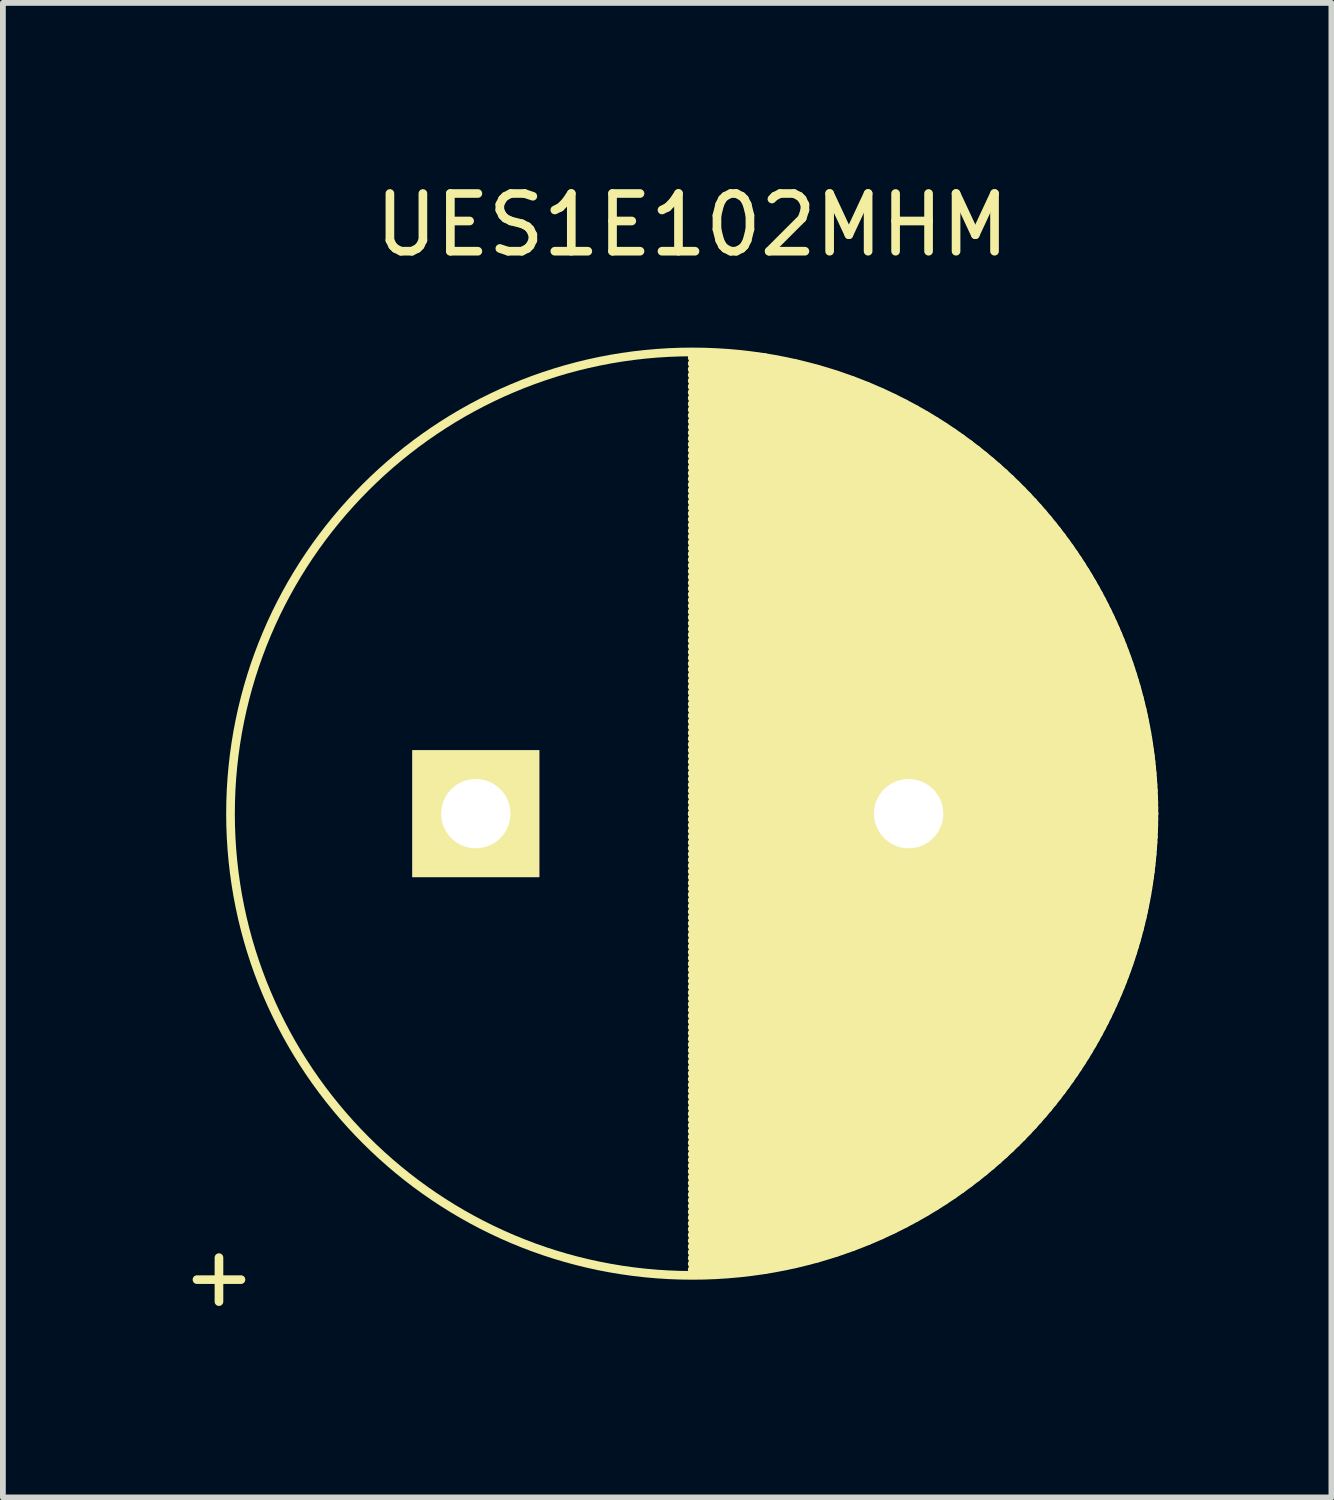
<source format=kicad_pcb>
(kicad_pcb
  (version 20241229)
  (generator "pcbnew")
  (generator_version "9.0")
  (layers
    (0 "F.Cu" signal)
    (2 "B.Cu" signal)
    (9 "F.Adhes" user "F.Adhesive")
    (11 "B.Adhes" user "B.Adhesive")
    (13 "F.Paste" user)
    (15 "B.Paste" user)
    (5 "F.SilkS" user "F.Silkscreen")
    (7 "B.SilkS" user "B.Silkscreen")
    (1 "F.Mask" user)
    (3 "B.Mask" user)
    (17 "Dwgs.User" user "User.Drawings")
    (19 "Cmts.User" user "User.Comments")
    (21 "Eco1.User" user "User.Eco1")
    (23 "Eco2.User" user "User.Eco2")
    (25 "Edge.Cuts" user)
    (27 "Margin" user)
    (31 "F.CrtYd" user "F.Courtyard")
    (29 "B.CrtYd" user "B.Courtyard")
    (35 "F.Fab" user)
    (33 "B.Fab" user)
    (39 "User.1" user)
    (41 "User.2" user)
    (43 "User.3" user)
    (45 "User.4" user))
  (footprint "UES1E102MHM"
    (layer "F.Cu")
    (at 5.194 11.048)
    (property "Reference" "UES1E102MHM" (at 3.75 -10.2 0) (layer "F.SilkS") (effects (font (size 1 1) (thickness 0.15))))
    (attr through_hole)
    (fp_line (start 3.75 -7.9) (end 5.011 -7.9) (stroke (width 0.15) (type solid)) (layer "F.SilkS"))
    (fp_line (start 3.75 -7.8) (end 5.528 -7.8) (stroke (width 0.15) (type solid)) (layer "F.SilkS"))
    (fp_line (start 3.75 -7.7) (end 5.92 -7.7) (stroke (width 0.15) (type solid)) (layer "F.SilkS"))
    (fp_line (start 3.75 -7.6) (end 6.248 -7.6) (stroke (width 0.15) (type solid)) (layer "F.SilkS"))
    (fp_line (start 3.75 -7.5) (end 6.534 -7.5) (stroke (width 0.15) (type solid)) (layer "F.SilkS"))
    (fp_line (start 3.75 -7.4) (end 6.79 -7.4) (stroke (width 0.15) (type solid)) (layer "F.SilkS"))
    (fp_line (start 3.75 -7.3) (end 7.023 -7.3) (stroke (width 0.15) (type solid)) (layer "F.SilkS"))
    (fp_line (start 3.75 -7.2) (end 7.237 -7.2) (stroke (width 0.15) (type solid)) (layer "F.SilkS"))
    (fp_line (start 3.75 -7.1) (end 7.436 -7.1) (stroke (width 0.15) (type solid)) (layer "F.SilkS"))
    (fp_line (start 3.75 -7) (end 7.623 -7) (stroke (width 0.15) (type solid)) (layer "F.SilkS"))
    (fp_line (start 3.75 -6.9) (end 7.798 -6.9) (stroke (width 0.15) (type solid)) (layer "F.SilkS"))
    (fp_line (start 3.75 -6.8) (end 7.964 -6.8) (stroke (width 0.15) (type solid)) (layer "F.SilkS"))
    (fp_line (start 3.75 -6.7) (end 8.121 -6.7) (stroke (width 0.15) (type solid)) (layer "F.SilkS"))
    (fp_line (start 3.75 -6.6) (end 8.271 -6.6) (stroke (width 0.15) (type solid)) (layer "F.SilkS"))
    (fp_line (start 3.75 -6.5) (end 8.414 -6.5) (stroke (width 0.15) (type solid)) (layer "F.SilkS"))
    (fp_line (start 3.75 -6.4) (end 8.55 -6.4) (stroke (width 0.15) (type solid)) (layer "F.SilkS"))
    (fp_line (start 3.75 -6.3) (end 8.681 -6.3) (stroke (width 0.15) (type solid)) (layer "F.SilkS"))
    (fp_line (start 3.75 -6.2) (end 8.806 -6.2) (stroke (width 0.15) (type solid)) (layer "F.SilkS"))
    (fp_line (start 3.75 -6.1) (end 8.926 -6.1) (stroke (width 0.15) (type solid)) (layer "F.SilkS"))
    (fp_line (start 3.75 -6) (end 9.042 -6) (stroke (width 0.15) (type solid)) (layer "F.SilkS"))
    (fp_line (start 3.75 -5.9) (end 9.153 -5.9) (stroke (width 0.15) (type solid)) (layer "F.SilkS"))
    (fp_line (start 3.75 -5.8) (end 9.26 -5.8) (stroke (width 0.15) (type solid)) (layer "F.SilkS"))
    (fp_line (start 3.75 -5.7) (end 9.363 -5.7) (stroke (width 0.15) (type solid)) (layer "F.SilkS"))
    (fp_line (start 3.75 -5.6) (end 9.463 -5.6) (stroke (width 0.15) (type solid)) (layer "F.SilkS"))
    (fp_line (start 3.75 -5.5) (end 9.559 -5.5) (stroke (width 0.15) (type solid)) (layer "F.SilkS"))
    (fp_line (start 3.75 -5.4) (end 9.653 -5.4) (stroke (width 0.15) (type solid)) (layer "F.SilkS"))
    (fp_line (start 3.75 -5.3) (end 9.742 -5.3) (stroke (width 0.15) (type solid)) (layer "F.SilkS"))
    (fp_line (start 3.75 -5.2) (end 9.829 -5.2) (stroke (width 0.15) (type solid)) (layer "F.SilkS"))
    (fp_line (start 3.75 -5.1) (end 9.914 -5.1) (stroke (width 0.15) (type solid)) (layer "F.SilkS"))
    (fp_line (start 3.75 -5) (end 9.995 -5) (stroke (width 0.15) (type solid)) (layer "F.SilkS"))
    (fp_line (start 3.75 -4.9) (end 10.074 -4.9) (stroke (width 0.15) (type solid)) (layer "F.SilkS"))
    (fp_line (start 3.75 -4.8) (end 10.15 -4.8) (stroke (width 0.15) (type solid)) (layer "F.SilkS"))
    (fp_line (start 3.75 -4.7) (end 10.224 -4.7) (stroke (width 0.15) (type solid)) (layer "F.SilkS"))
    (fp_line (start 3.75 -4.6) (end 10.295 -4.6) (stroke (width 0.15) (type solid)) (layer "F.SilkS"))
    (fp_line (start 3.75 -4.5) (end 10.364 -4.5) (stroke (width 0.15) (type solid)) (layer "F.SilkS"))
    (fp_line (start 3.75 -4.4) (end 10.431 -4.4) (stroke (width 0.15) (type solid)) (layer "F.SilkS"))
    (fp_line (start 3.75 -4.3) (end 10.496 -4.3) (stroke (width 0.15) (type solid)) (layer "F.SilkS"))
    (fp_line (start 3.75 -4.2) (end 10.559 -4.2) (stroke (width 0.15) (type solid)) (layer "F.SilkS"))
    (fp_line (start 3.75 -4.1) (end 10.619 -4.1) (stroke (width 0.15) (type solid)) (layer "F.SilkS"))
    (fp_line (start 3.75 -4) (end 10.678 -4) (stroke (width 0.15) (type solid)) (layer "F.SilkS"))
    (fp_line (start 3.75 -3.9) (end 10.735 -3.9) (stroke (width 0.15) (type solid)) (layer "F.SilkS"))
    (fp_line (start 3.75 -3.8) (end 10.79 -3.8) (stroke (width 0.15) (type solid)) (layer "F.SilkS"))
    (fp_line (start 3.75 -3.7) (end 10.843 -3.7) (stroke (width 0.15) (type solid)) (layer "F.SilkS"))
    (fp_line (start 3.75 -3.6) (end 10.894 -3.6) (stroke (width 0.15) (type solid)) (layer "F.SilkS"))
    (fp_line (start 3.75 -3.5) (end 10.944 -3.5) (stroke (width 0.15) (type solid)) (layer "F.SilkS"))
    (fp_line (start 3.75 -3.4) (end 10.992 -3.4) (stroke (width 0.15) (type solid)) (layer "F.SilkS"))
    (fp_line (start 3.75 -3.3) (end 11.038 -3.3) (stroke (width 0.15) (type solid)) (layer "F.SilkS"))
    (fp_line (start 3.75 -3.2) (end 11.082 -3.2) (stroke (width 0.15) (type solid)) (layer "F.SilkS"))
    (fp_line (start 3.75 -3.1) (end 11.125 -3.1) (stroke (width 0.15) (type solid)) (layer "F.SilkS"))
    (fp_line (start 3.75 -3) (end 11.166 -3) (stroke (width 0.15) (type solid)) (layer "F.SilkS"))
    (fp_line (start 3.75 -2.9) (end 11.206 -2.9) (stroke (width 0.15) (type solid)) (layer "F.SilkS"))
    (fp_line (start 3.75 -2.8) (end 11.244 -2.8) (stroke (width 0.15) (type solid)) (layer "F.SilkS"))
    (fp_line (start 3.75 -2.7) (end 11.281 -2.7) (stroke (width 0.15) (type solid)) (layer "F.SilkS"))
    (fp_line (start 3.75 -2.6) (end 11.316 -2.6) (stroke (width 0.15) (type solid)) (layer "F.SilkS"))
    (fp_line (start 3.75 -2.5) (end 11.349 -2.5) (stroke (width 0.15) (type solid)) (layer "F.SilkS"))
    (fp_line (start 3.75 -2.4) (end 11.382 -2.4) (stroke (width 0.15) (type solid)) (layer "F.SilkS"))
    (fp_line (start 3.75 -2.3) (end 11.412 -2.3) (stroke (width 0.15) (type solid)) (layer "F.SilkS"))
    (fp_line (start 3.75 -2.2) (end 11.442 -2.2) (stroke (width 0.15) (type solid)) (layer "F.SilkS"))
    (fp_line (start 3.75 -2.1) (end 11.469 -2.1) (stroke (width 0.15) (type solid)) (layer "F.SilkS"))
    (fp_line (start 3.75 -2) (end 11.496 -2) (stroke (width 0.15) (type solid)) (layer "F.SilkS"))
    (fp_line (start 3.75 -1.9) (end 11.521 -1.9) (stroke (width 0.15) (type solid)) (layer "F.SilkS"))
    (fp_line (start 3.75 -1.8) (end 11.545 -1.8) (stroke (width 0.15) (type solid)) (layer "F.SilkS"))
    (fp_line (start 3.75 -1.7) (end 11.567 -1.7) (stroke (width 0.15) (type solid)) (layer "F.SilkS"))
    (fp_line (start 3.75 -1.6) (end 11.588 -1.6) (stroke (width 0.15) (type solid)) (layer "F.SilkS"))
    (fp_line (start 3.75 -1.5) (end 11.608 -1.5) (stroke (width 0.15) (type solid)) (layer "F.SilkS"))
    (fp_line (start 3.75 -1.4) (end 11.627 -1.4) (stroke (width 0.15) (type solid)) (layer "F.SilkS"))
    (fp_line (start 3.75 -1.3) (end 11.644 -1.3) (stroke (width 0.15) (type solid)) (layer "F.SilkS"))
    (fp_line (start 3.75 -1.2) (end 11.659 -1.2) (stroke (width 0.15) (type solid)) (layer "F.SilkS"))
    (fp_line (start 3.75 -1.1) (end 11.674 -1.1) (stroke (width 0.15) (type solid)) (layer "F.SilkS"))
    (fp_line (start 3.75 -1) (end 11.687 -1) (stroke (width 0.15) (type solid)) (layer "F.SilkS"))
    (fp_line (start 3.75 -0.9) (end 11.699 -0.9) (stroke (width 0.15) (type solid)) (layer "F.SilkS"))
    (fp_line (start 3.75 -0.8) (end 11.71 -0.8) (stroke (width 0.15) (type solid)) (layer "F.SilkS"))
    (fp_line (start 3.75 -0.7) (end 11.719 -0.7) (stroke (width 0.15) (type solid)) (layer "F.SilkS"))
    (fp_line (start 3.75 -0.6) (end 11.727 -0.6) (stroke (width 0.15) (type solid)) (layer "F.SilkS"))
    (fp_line (start 3.75 -0.5) (end 11.734 -0.5) (stroke (width 0.15) (type solid)) (layer "F.SilkS"))
    (fp_line (start 3.75 -0.4) (end 11.74 -0.4) (stroke (width 0.15) (type solid)) (layer "F.SilkS"))
    (fp_line (start 3.75 -0.3) (end 11.744 -0.3) (stroke (width 0.15) (type solid)) (layer "F.SilkS"))
    (fp_line (start 3.75 -0.2) (end 11.748 -0.2) (stroke (width 0.15) (type solid)) (layer "F.SilkS"))
    (fp_line (start 3.75 -0.1) (end 11.749 -0.1) (stroke (width 0.15) (type solid)) (layer "F.SilkS"))
    (fp_line (start 3.75 0) (end 11.75 0) (stroke (width 0.15) (type solid)) (layer "F.SilkS"))
    (fp_line (start 3.75 0) (end 11.75 0) (stroke (width 0.15) (type solid)) (layer "F.SilkS"))
    (fp_line (start 3.75 0.1) (end 11.749 0.1) (stroke (width 0.15) (type solid)) (layer "F.SilkS"))
    (fp_line (start 3.75 0.2) (end 11.748 0.2) (stroke (width 0.15) (type solid)) (layer "F.SilkS"))
    (fp_line (start 3.75 0.3) (end 11.744 0.3) (stroke (width 0.15) (type solid)) (layer "F.SilkS"))
    (fp_line (start 3.75 0.4) (end 11.74 0.4) (stroke (width 0.15) (type solid)) (layer "F.SilkS"))
    (fp_line (start 3.75 0.5) (end 11.734 0.5) (stroke (width 0.15) (type solid)) (layer "F.SilkS"))
    (fp_line (start 3.75 0.6) (end 11.727 0.6) (stroke (width 0.15) (type solid)) (layer "F.SilkS"))
    (fp_line (start 3.75 0.7) (end 11.719 0.7) (stroke (width 0.15) (type solid)) (layer "F.SilkS"))
    (fp_line (start 3.75 0.8) (end 11.71 0.8) (stroke (width 0.15) (type solid)) (layer "F.SilkS"))
    (fp_line (start 3.75 0.9) (end 11.699 0.9) (stroke (width 0.15) (type solid)) (layer "F.SilkS"))
    (fp_line (start 3.75 1) (end 11.687 1) (stroke (width 0.15) (type solid)) (layer "F.SilkS"))
    (fp_line (start 3.75 1.1) (end 11.674 1.1) (stroke (width 0.15) (type solid)) (layer "F.SilkS"))
    (fp_line (start 3.75 1.2) (end 11.659 1.2) (stroke (width 0.15) (type solid)) (layer "F.SilkS"))
    (fp_line (start 3.75 1.3) (end 11.644 1.3) (stroke (width 0.15) (type solid)) (layer "F.SilkS"))
    (fp_line (start 3.75 1.4) (end 11.627 1.4) (stroke (width 0.15) (type solid)) (layer "F.SilkS"))
    (fp_line (start 3.75 1.5) (end 11.608 1.5) (stroke (width 0.15) (type solid)) (layer "F.SilkS"))
    (fp_line (start 3.75 1.6) (end 11.588 1.6) (stroke (width 0.15) (type solid)) (layer "F.SilkS"))
    (fp_line (start 3.75 1.7) (end 11.567 1.7) (stroke (width 0.15) (type solid)) (layer "F.SilkS"))
    (fp_line (start 3.75 1.8) (end 11.545 1.8) (stroke (width 0.15) (type solid)) (layer "F.SilkS"))
    (fp_line (start 3.75 1.9) (end 11.521 1.9) (stroke (width 0.15) (type solid)) (layer "F.SilkS"))
    (fp_line (start 3.75 2) (end 11.496 2) (stroke (width 0.15) (type solid)) (layer "F.SilkS"))
    (fp_line (start 3.75 2.1) (end 11.469 2.1) (stroke (width 0.15) (type solid)) (layer "F.SilkS"))
    (fp_line (start 3.75 2.2) (end 11.442 2.2) (stroke (width 0.15) (type solid)) (layer "F.SilkS"))
    (fp_line (start 3.75 2.3) (end 11.412 2.3) (stroke (width 0.15) (type solid)) (layer "F.SilkS"))
    (fp_line (start 3.75 2.4) (end 11.382 2.4) (stroke (width 0.15) (type solid)) (layer "F.SilkS"))
    (fp_line (start 3.75 2.5) (end 11.349 2.5) (stroke (width 0.15) (type solid)) (layer "F.SilkS"))
    (fp_line (start 3.75 2.6) (end 11.316 2.6) (stroke (width 0.15) (type solid)) (layer "F.SilkS"))
    (fp_line (start 3.75 2.7) (end 11.281 2.7) (stroke (width 0.15) (type solid)) (layer "F.SilkS"))
    (fp_line (start 3.75 2.8) (end 11.244 2.8) (stroke (width 0.15) (type solid)) (layer "F.SilkS"))
    (fp_line (start 3.75 2.9) (end 11.206 2.9) (stroke (width 0.15) (type solid)) (layer "F.SilkS"))
    (fp_line (start 3.75 3) (end 11.166 3) (stroke (width 0.15) (type solid)) (layer "F.SilkS"))
    (fp_line (start 3.75 3.1) (end 11.125 3.1) (stroke (width 0.15) (type solid)) (layer "F.SilkS"))
    (fp_line (start 3.75 3.2) (end 11.082 3.2) (stroke (width 0.15) (type solid)) (layer "F.SilkS"))
    (fp_line (start 3.75 3.3) (end 11.038 3.3) (stroke (width 0.15) (type solid)) (layer "F.SilkS"))
    (fp_line (start 3.75 3.4) (end 10.992 3.4) (stroke (width 0.15) (type solid)) (layer "F.SilkS"))
    (fp_line (start 3.75 3.5) (end 10.944 3.5) (stroke (width 0.15) (type solid)) (layer "F.SilkS"))
    (fp_line (start 3.75 3.6) (end 10.894 3.6) (stroke (width 0.15) (type solid)) (layer "F.SilkS"))
    (fp_line (start 3.75 3.7) (end 10.843 3.7) (stroke (width 0.15) (type solid)) (layer "F.SilkS"))
    (fp_line (start 3.75 3.8) (end 10.79 3.8) (stroke (width 0.15) (type solid)) (layer "F.SilkS"))
    (fp_line (start 3.75 3.9) (end 10.735 3.9) (stroke (width 0.15) (type solid)) (layer "F.SilkS"))
    (fp_line (start 3.75 4) (end 10.678 4) (stroke (width 0.15) (type solid)) (layer "F.SilkS"))
    (fp_line (start 3.75 4.1) (end 10.619 4.1) (stroke (width 0.15) (type solid)) (layer "F.SilkS"))
    (fp_line (start 3.75 4.2) (end 10.559 4.2) (stroke (width 0.15) (type solid)) (layer "F.SilkS"))
    (fp_line (start 3.75 4.3) (end 10.496 4.3) (stroke (width 0.15) (type solid)) (layer "F.SilkS"))
    (fp_line (start 3.75 4.4) (end 10.431 4.4) (stroke (width 0.15) (type solid)) (layer "F.SilkS"))
    (fp_line (start 3.75 4.5) (end 10.364 4.5) (stroke (width 0.15) (type solid)) (layer "F.SilkS"))
    (fp_line (start 3.75 4.6) (end 10.295 4.6) (stroke (width 0.15) (type solid)) (layer "F.SilkS"))
    (fp_line (start 3.75 4.7) (end 10.224 4.7) (stroke (width 0.15) (type solid)) (layer "F.SilkS"))
    (fp_line (start 3.75 4.8) (end 10.15 4.8) (stroke (width 0.15) (type solid)) (layer "F.SilkS"))
    (fp_line (start 3.75 4.9) (end 10.074 4.9) (stroke (width 0.15) (type solid)) (layer "F.SilkS"))
    (fp_line (start 3.75 5) (end 9.995 5) (stroke (width 0.15) (type solid)) (layer "F.SilkS"))
    (fp_line (start 3.75 5.1) (end 9.914 5.1) (stroke (width 0.15) (type solid)) (layer "F.SilkS"))
    (fp_line (start 3.75 5.2) (end 9.829 5.2) (stroke (width 0.15) (type solid)) (layer "F.SilkS"))
    (fp_line (start 3.75 5.3) (end 9.742 5.3) (stroke (width 0.15) (type solid)) (layer "F.SilkS"))
    (fp_line (start 3.75 5.4) (end 9.653 5.4) (stroke (width 0.15) (type solid)) (layer "F.SilkS"))
    (fp_line (start 3.75 5.5) (end 9.559 5.5) (stroke (width 0.15) (type solid)) (layer "F.SilkS"))
    (fp_line (start 3.75 5.6) (end 9.463 5.6) (stroke (width 0.15) (type solid)) (layer "F.SilkS"))
    (fp_line (start 3.75 5.7) (end 9.363 5.7) (stroke (width 0.15) (type solid)) (layer "F.SilkS"))
    (fp_line (start 3.75 5.8) (end 9.26 5.8) (stroke (width 0.15) (type solid)) (layer "F.SilkS"))
    (fp_line (start 3.75 5.9) (end 9.153 5.9) (stroke (width 0.15) (type solid)) (layer "F.SilkS"))
    (fp_line (start 3.75 6) (end 9.042 6) (stroke (width 0.15) (type solid)) (layer "F.SilkS"))
    (fp_line (start 3.75 6.1) (end 8.926 6.1) (stroke (width 0.15) (type solid)) (layer "F.SilkS"))
    (fp_line (start 3.75 6.2) (end 8.806 6.2) (stroke (width 0.15) (type solid)) (layer "F.SilkS"))
    (fp_line (start 3.75 6.3) (end 8.681 6.3) (stroke (width 0.15) (type solid)) (layer "F.SilkS"))
    (fp_line (start 3.75 6.4) (end 8.55 6.4) (stroke (width 0.15) (type solid)) (layer "F.SilkS"))
    (fp_line (start 3.75 6.5) (end 8.414 6.5) (stroke (width 0.15) (type solid)) (layer "F.SilkS"))
    (fp_line (start 3.75 6.6) (end 8.271 6.6) (stroke (width 0.15) (type solid)) (layer "F.SilkS"))
    (fp_line (start 3.75 6.7) (end 8.121 6.7) (stroke (width 0.15) (type solid)) (layer "F.SilkS"))
    (fp_line (start 3.75 6.8) (end 7.964 6.8) (stroke (width 0.15) (type solid)) (layer "F.SilkS"))
    (fp_line (start 3.75 6.9) (end 7.798 6.9) (stroke (width 0.15) (type solid)) (layer "F.SilkS"))
    (fp_line (start 3.75 7) (end 7.623 7) (stroke (width 0.15) (type solid)) (layer "F.SilkS"))
    (fp_line (start 3.75 7.1) (end 7.436 7.1) (stroke (width 0.15) (type solid)) (layer "F.SilkS"))
    (fp_line (start 3.75 7.2) (end 7.237 7.2) (stroke (width 0.15) (type solid)) (layer "F.SilkS"))
    (fp_line (start 3.75 7.3) (end 7.023 7.3) (stroke (width 0.15) (type solid)) (layer "F.SilkS"))
    (fp_line (start 3.75 7.4) (end 6.79 7.4) (stroke (width 0.15) (type solid)) (layer "F.SilkS"))
    (fp_line (start 3.75 7.5) (end 6.534 7.5) (stroke (width 0.15) (type solid)) (layer "F.SilkS"))
    (fp_line (start 3.75 7.6) (end 6.248 7.6) (stroke (width 0.15) (type solid)) (layer "F.SilkS"))
    (fp_line (start 3.75 7.7) (end 5.92 7.7) (stroke (width 0.15) (type solid)) (layer "F.SilkS"))
    (fp_line (start 3.75 7.8) (end 5.528 7.8) (stroke (width 0.15) (type solid)) (layer "F.SilkS"))
    (fp_line (start 3.75 7.9) (end 5.011 7.9) (stroke (width 0.15) (type solid)) (layer "F.SilkS"))
    (fp_circle (center 3.75 0) (end 3.75 -8) (stroke (width 0.15) (type solid)) (fill no) (layer "F.SilkS"))
    (fp_text user "+" (at -4.45 8 0) (layer "F.SilkS") (effects (font (size 1 1) (thickness 0.15))))
    (pad "1" thru_hole rect (at 0 0) (size 2.2 2.2) (drill 1.2) (layers "*.Cu" "*.Mask" "F.SilkS"))
    (pad "2" thru_hole circle (at 7.5 0) (size 2.2 2.2) (drill 1.2) (layers "*.Cu" "*.Mask" "F.SilkS")))
  (gr_rect
    (start -3 -3)
    (end 20.019 22.896)
    (stroke (width 0.1) (type default))
    (fill no)
    (layer "Edge.Cuts")))
</source>
